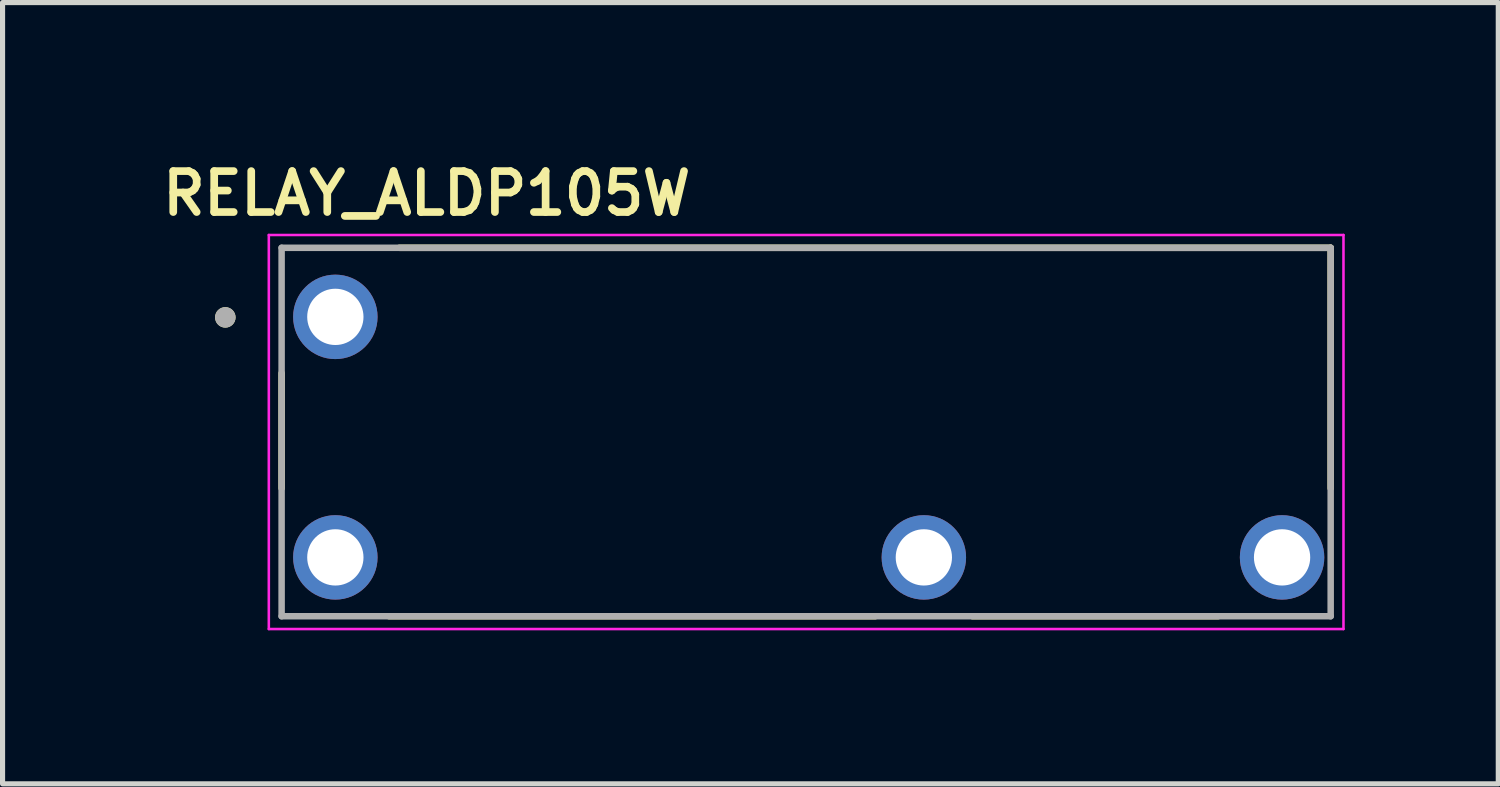
<source format=kicad_pcb>
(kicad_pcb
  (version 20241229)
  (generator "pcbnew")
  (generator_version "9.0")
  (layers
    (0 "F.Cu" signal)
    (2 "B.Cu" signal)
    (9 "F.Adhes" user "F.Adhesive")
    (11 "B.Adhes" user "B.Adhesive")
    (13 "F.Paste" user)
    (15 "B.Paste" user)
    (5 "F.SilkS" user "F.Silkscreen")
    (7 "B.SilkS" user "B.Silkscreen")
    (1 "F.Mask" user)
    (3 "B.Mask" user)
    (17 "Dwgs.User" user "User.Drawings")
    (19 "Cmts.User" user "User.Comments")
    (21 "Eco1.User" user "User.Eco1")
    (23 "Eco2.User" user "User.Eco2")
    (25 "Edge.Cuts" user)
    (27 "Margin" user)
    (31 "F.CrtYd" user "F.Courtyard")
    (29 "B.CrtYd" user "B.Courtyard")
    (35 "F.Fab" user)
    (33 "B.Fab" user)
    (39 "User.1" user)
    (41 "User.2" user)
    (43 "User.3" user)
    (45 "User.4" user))
  (footprint "RELAY_ALDP105W"
    (layer "F.Cu")
    (at 12.703 5.392)
    (property "Reference" "RELAY_ALDP105W" (at -7.415 -4.661 0) (layer "F.SilkS") (effects (font (size 0.8 0.8) (thickness 0.15))))
    (attr through_hole)
    (fp_line (start -10.25 1.1) (end -10.25 -1.15) (stroke (width 0.127) (type solid)) (layer "F.SilkS"))
    (fp_line (start -7.95 -3.6) (end 10.25 -3.6) (stroke (width 0.127) (type solid)) (layer "F.SilkS"))
    (fp_line (start 1.35 3.6) (end -8.15 3.6) (stroke (width 0.127) (type solid)) (layer "F.SilkS"))
    (fp_line (start 3.25 3.6) (end 8.05 3.6) (stroke (width 0.127) (type solid)) (layer "F.SilkS"))
    (fp_line (start 10.25 -3.6) (end 10.25 1.1) (stroke (width 0.127) (type solid)) (layer "F.SilkS"))
    (fp_circle (center -11.35 -2.24) (end -11.25 -2.24) (stroke (width 0.2) (type solid)) (fill no) (layer "F.SilkS"))
    (fp_line (start -10.5 -3.85) (end 10.5 -3.85) (stroke (width 0.05) (type solid)) (layer "F.CrtYd"))
    (fp_line (start -10.5 3.85) (end -10.5 -3.85) (stroke (width 0.05) (type solid)) (layer "F.CrtYd"))
    (fp_line (start 10.5 -3.85) (end 10.5 3.85) (stroke (width 0.05) (type solid)) (layer "F.CrtYd"))
    (fp_line (start 10.5 3.85) (end -10.5 3.85) (stroke (width 0.05) (type solid)) (layer "F.CrtYd"))
    (fp_line (start -10.25 -3.6) (end 10.25 -3.6) (stroke (width 0.127) (type solid)) (layer "F.Fab"))
    (fp_line (start -10.25 3.6) (end -10.25 -3.6) (stroke (width 0.127) (type solid)) (layer "F.Fab"))
    (fp_line (start 10.25 -3.6) (end 10.25 3.6) (stroke (width 0.127) (type solid)) (layer "F.Fab"))
    (fp_line (start 10.25 3.6) (end -10.25 3.6) (stroke (width 0.127) (type solid)) (layer "F.Fab"))
    (fp_circle (center -11.35 -2.24) (end -11.25 -2.24) (stroke (width 0.2) (type solid)) (fill no) (layer "F.Fab"))
    (pad "1" thru_hole circle (at -9.2 2.45) (size 1.65 1.65) (drill 1.1) (layers "*.Cu" "*.Mask"))
    (pad "2" thru_hole circle (at -9.2 -2.25) (size 1.65 1.65) (drill 1.1) (layers "*.Cu" "*.Mask"))
    (pad "3" thru_hole circle (at 2.3 2.45) (size 1.65 1.65) (drill 1.1) (layers "*.Cu" "*.Mask"))
    (pad "4" thru_hole circle (at 9.3 2.45) (size 1.65 1.65) (drill 1.1) (layers "*.Cu" "*.Mask")))
  (gr_rect
    (start -3 -3)
    (end 26.228 12.267)
    (stroke (width 0.1) (type default))
    (fill no)
    (layer "Edge.Cuts")))
</source>
